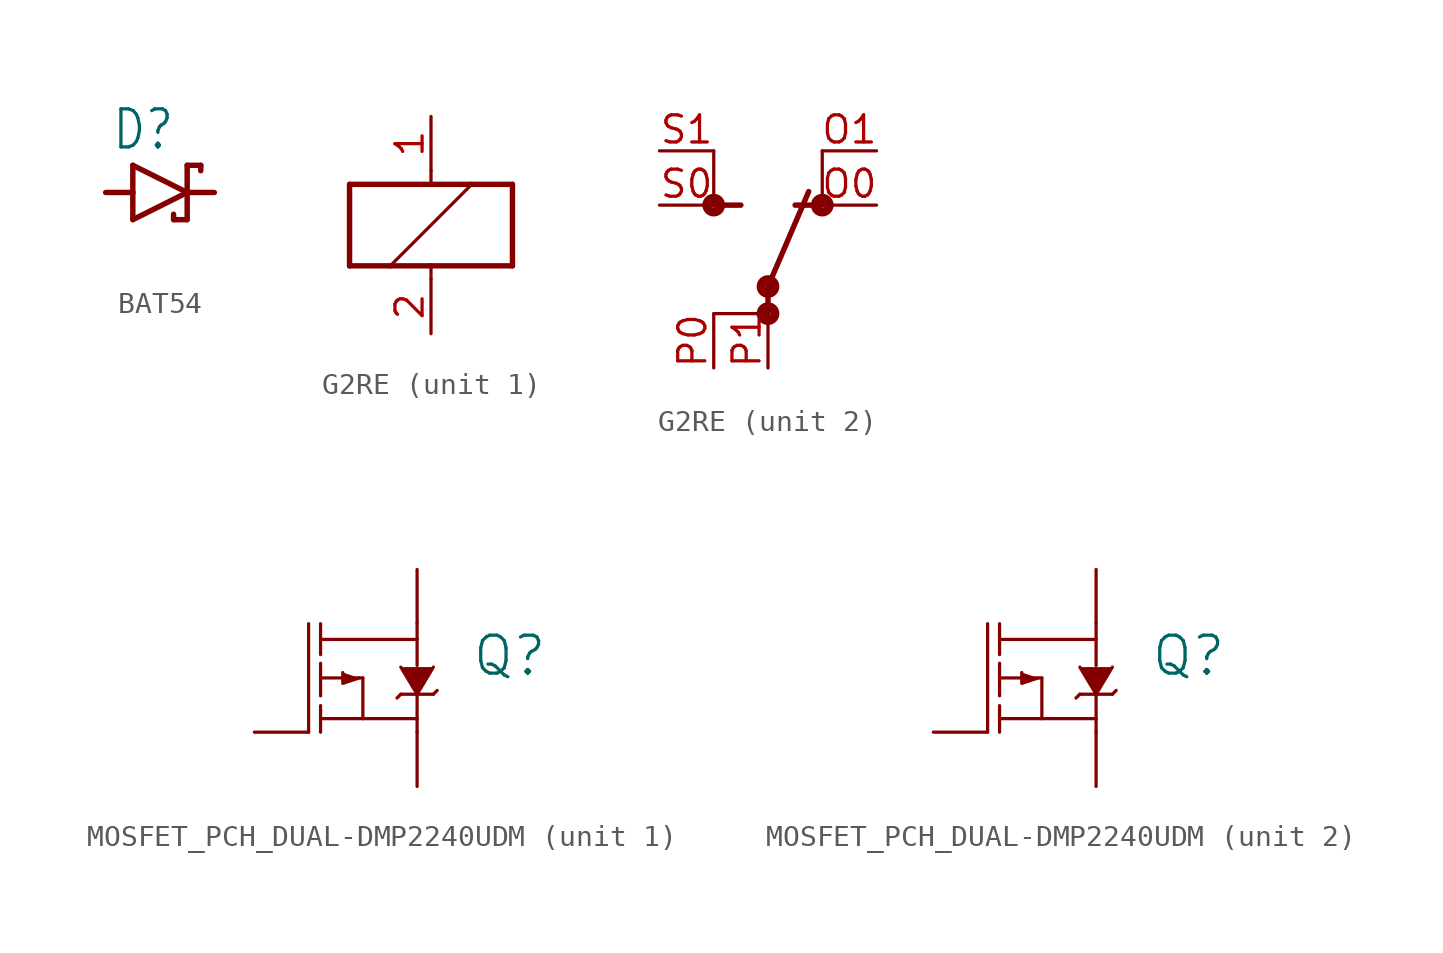
<source format=kicad_sym>
(kicad_symbol_lib
  (version 20231120)
  (generator "kicad_symbol_editor")
  (generator_version "8.0")
  (symbol "BAT54"
    (property "Reference" "D"
      (at -2.286 1.905 0)
      (effects (font (size 1.778 1.511)) (justify left bottom)))
    (property "Value" ""
      (at -2.286 -3.429 0)
      (effects (font (size 1.778 1.511)) (justify left bottom)))
    (property "ki_locked" ""
      (at 0 0 0)
      (effects (font (size 1.27 1.27))))
    (symbol "BAT54_1_0"
      (polyline (pts (xy -1.27 -1.27) (xy 1.27 0)) (stroke (width 0.254) (type solid)) (fill (type none)))
      (polyline (pts (xy -1.27 0) (xy -2.54 0)) (stroke (width 0.254) (type solid)) (fill (type none)))
      (polyline (pts (xy -1.27 0) (xy -1.27 -1.27)) (stroke (width 0.254) (type solid)) (fill (type none)))
      (polyline (pts (xy -1.27 1.27) (xy -1.27 0)) (stroke (width 0.254) (type solid)) (fill (type none)))
      (polyline (pts (xy 0.635 -1.016) (xy 0.635 -1.27)) (stroke (width 0.254) (type solid)) (fill (type none)))
      (polyline (pts (xy 1.27 -1.27) (xy 0.635 -1.27)) (stroke (width 0.254) (type solid)) (fill (type none)))
      (polyline (pts (xy 1.27 0) (xy -1.27 1.27)) (stroke (width 0.254) (type solid)) (fill (type none)))
      (polyline (pts (xy 1.27 0) (xy 1.27 -1.27)) (stroke (width 0.254) (type solid)) (fill (type none)))
      (polyline (pts (xy 1.27 0) (xy 2.54 0)) (stroke (width 0.254) (type solid)) (fill (type none)))
      (polyline (pts (xy 1.27 1.27) (xy 1.27 0)) (stroke (width 0.254) (type solid)) (fill (type none)))
      (polyline (pts (xy 1.905 1.27) (xy 1.27 1.27)) (stroke (width 0.254) (type solid)) (fill (type none)))
      (polyline (pts (xy 1.905 1.27) (xy 1.905 1.016)) (stroke (width 0.254) (type solid)) (fill (type none)))
      (pin passive line (at -2.54 0 0) (length 0) (name "A" (effects (font (size 0 0)))) (number "1" (effects (font (size 0 0)))))
      (pin passive line (at 2.54 0 180) (length 0) (name "C" (effects (font (size 0 0)))) (number "3" (effects (font (size 0 0)))))))
  (symbol "G2RE"
    (property "Reference" "K"
      (at 2.54 2.54 0)
      (effects (font (size 1.778 1.511)) (justify left bottom) (hide yes)))
    (property "ki_locked" ""
      (at 0 0 0)
      (effects (font (size 1.27 1.27))))
    (symbol "G2RE_1_0"
      (polyline (pts (xy -3.81 -1.905) (xy -1.905 -1.905)) (stroke (width 0.254) (type solid)) (fill (type none)))
      (polyline (pts (xy -3.81 1.905) (xy -3.81 -1.905)) (stroke (width 0.254) (type solid)) (fill (type none)))
      (polyline (pts (xy -1.905 -1.905) (xy 0 -1.905)) (stroke (width 0.254) (type solid)) (fill (type none)))
      (polyline (pts (xy -1.905 -1.905) (xy 1.905 1.905)) (stroke (width 0.152) (type solid)) (fill (type none)))
      (polyline (pts (xy 0 -2.54) (xy 0 -1.905)) (stroke (width 0.152) (type solid)) (fill (type none)))
      (polyline (pts (xy 0 -1.905) (xy 3.81 -1.905)) (stroke (width 0.254) (type solid)) (fill (type none)))
      (polyline (pts (xy 0 1.905) (xy -3.81 1.905)) (stroke (width 0.254) (type solid)) (fill (type none)))
      (polyline (pts (xy 0 2.54) (xy 0 1.905)) (stroke (width 0.152) (type solid)) (fill (type none)))
      (polyline (pts (xy 1.905 1.905) (xy 0 1.905)) (stroke (width 0.254) (type solid)) (fill (type none)))
      (polyline (pts (xy 3.81 -1.905) (xy 3.81 1.905)) (stroke (width 0.254) (type solid)) (fill (type none)))
      (polyline (pts (xy 3.81 1.905) (xy 1.905 1.905)) (stroke (width 0.254) (type solid)) (fill (type none)))
      (pin passive line (at 0 5.08 270) (length 2.54) (name "1" (effects (font (size 0 0)))) (number "1" (effects (font (size 1.27 1.27)))))
      (pin passive line (at 0 -5.08 90) (length 2.54) (name "2" (effects (font (size 0 0)))) (number "2" (effects (font (size 1.27 1.27))))))
    (symbol "G2RE_2_0"
      (circle (center -2.54 5.08) (radius 0.127) (stroke (width 0.406) (type solid)) (fill (type none)))
      (polyline (pts (xy -2.54 0) (xy 0 0)) (stroke (width 0.152) (type solid)) (fill (type none)))
      (polyline (pts (xy -2.54 5.08) (xy -1.27 5.08)) (stroke (width 0.254) (type solid)) (fill (type none)))
      (polyline (pts (xy -2.54 7.62) (xy -2.54 5.08)) (stroke (width 0.152) (type solid)) (fill (type none)))
      (polyline (pts (xy 0 0) (xy 0 1.27)) (stroke (width 0.254) (type solid)) (fill (type none)))
      (polyline (pts (xy 0 1.27) (xy 1.905 5.715)) (stroke (width 0.254) (type solid)) (fill (type none)))
      (polyline (pts (xy 2.54 5.08) (xy 1.27 5.08)) (stroke (width 0.254) (type solid)) (fill (type none)))
      (polyline (pts (xy 2.54 7.62) (xy 2.54 5.08)) (stroke (width 0.152) (type solid)) (fill (type none)))
      (circle (center 0 0) (radius 0.127) (stroke (width 0.406) (type solid)) (fill (type none)))
      (circle (center 0 1.27) (radius 0.127) (stroke (width 0.406) (type solid)) (fill (type none)))
      (circle (center 2.54 5.08) (radius 0.127) (stroke (width 0.406) (type solid)) (fill (type none)))
      (pin passive line (at 5.08 5.08 180) (length 2.54) (name "O" (effects (font (size 0 0)))) (number "O0" (effects (font (size 1.27 1.27)))))
      (pin passive line (at 5.08 7.62 180) (length 2.54) (name "O@1" (effects (font (size 0 0)))) (number "O1" (effects (font (size 1.27 1.27)))))
      (pin passive line (at -2.54 -2.54 90) (length 2.54) (name "P@1" (effects (font (size 0 0)))) (number "P0" (effects (font (size 1.27 1.27)))))
      (pin passive line (at 0 -2.54 90) (length 2.54) (name "P" (effects (font (size 0 0)))) (number "P1" (effects (font (size 1.27 1.27)))))
      (pin passive line (at -5.08 5.08 0) (length 2.54) (name "S" (effects (font (size 0 0)))) (number "S0" (effects (font (size 1.27 1.27)))))
      (pin passive line (at -5.08 7.62 0) (length 2.54) (name "S@1" (effects (font (size 0 0)))) (number "S1" (effects (font (size 1.27 1.27)))))))
  (symbol "MOSFET_PCH_DUAL-DMP2240UDM"
    (property "Reference" "Q"
      (at 5.08 0 0)
      (effects (font (size 1.778 1.778)) (justify left bottom)))
    (property "Value" ""
      (at 5.08 -2.54 0)
      (effects (font (size 1.778 1.778)) (justify left bottom)))
    (property "ki_locked" ""
      (at 0 0 0)
      (effects (font (size 1.27 1.27))))
    (symbol "MOSFET_PCH_DUAL-DMP2240UDM_1_0"
      (polyline (pts (xy -2.54 -2.54) (xy -2.54 2.54)) (stroke (width 0.152) (type solid)) (fill (type none)))
      (polyline (pts (xy -1.981 -1.905) (xy -1.981 -2.54)) (stroke (width 0.152) (type solid)) (fill (type none)))
      (polyline (pts (xy -1.981 -1.905) (xy 0 -1.905)) (stroke (width 0.152) (type solid)) (fill (type none)))
      (polyline (pts (xy -1.981 -1.295) (xy -1.981 -1.905)) (stroke (width 0.152) (type solid)) (fill (type none)))
      (polyline (pts (xy -1.981 0) (xy -1.981 -0.838)) (stroke (width 0.152) (type solid)) (fill (type none)))
      (polyline (pts (xy -1.981 0.686) (xy -1.981 0)) (stroke (width 0.152) (type solid)) (fill (type none)))
      (polyline (pts (xy -1.981 1.803) (xy -1.981 1.092)) (stroke (width 0.152) (type solid)) (fill (type none)))
      (polyline (pts (xy -1.981 1.803) (xy 2.54 1.803)) (stroke (width 0.152) (type solid)) (fill (type none)))
      (polyline (pts (xy -1.981 2.54) (xy -1.981 1.803)) (stroke (width 0.152) (type solid)) (fill (type none)))
      (polyline (pts (xy 0 -1.905) (xy 0 0)) (stroke (width 0.152) (type solid)) (fill (type none)))
      (polyline (pts (xy 0 0) (xy -1.981 0)) (stroke (width 0.152) (type solid)) (fill (type none)))
      (polyline (pts (xy 1.778 -0.762) (xy 1.6 -0.94)) (stroke (width 0.152) (type solid)) (fill (type none)))
      (polyline (pts (xy 1.778 -0.762) (xy 3.302 -0.762)) (stroke (width 0.152) (type solid)) (fill (type none)))
      (polyline (pts (xy 2.54 -2.54) (xy 2.54 -1.905)) (stroke (width 0.152) (type solid)) (fill (type none)))
      (polyline (pts (xy 2.54 -1.905) (xy 0 -1.905)) (stroke (width 0.152) (type solid)) (fill (type none)))
      (polyline (pts (xy 2.54 -1.905) (xy 2.54 -0.787)) (stroke (width 0.152) (type solid)) (fill (type none)))
      (polyline (pts (xy 2.54 1.803) (xy 2.54 0.584)) (stroke (width 0.152) (type solid)) (fill (type none)))
      (polyline (pts (xy 2.54 2.54) (xy 2.54 1.803)) (stroke (width 0.152) (type solid)) (fill (type none)))
      (polyline (pts (xy 3.48 -0.584) (xy 3.302 -0.762)) (stroke (width 0.152) (type solid)) (fill (type none)))
      (polyline (pts (xy -0.178 0) (xy -0.94 -0.254) (xy -0.94 0.254)) (stroke (width 0.152) (type solid)) (fill (type outline)))
      (polyline (pts (xy 3.302 0.508) (xy 2.54 -0.762) (xy 1.778 0.508)) (stroke (width 0.152) (type solid)) (fill (type outline)))
      (pin bidirectional line (at 2.54 5.08 270) (length 2.54) (name "D" (effects (font (size 0 0)))) (number "D1" (effects (font (size 0 0)))))
      (pin bidirectional line (at -5.08 -2.54 0) (length 2.54) (name "G" (effects (font (size 0 0)))) (number "G1" (effects (font (size 0 0)))))
      (pin bidirectional line (at 2.54 -5.08 90) (length 2.54) (name "S" (effects (font (size 0 0)))) (number "S1" (effects (font (size 0 0))))))
    (symbol "MOSFET_PCH_DUAL-DMP2240UDM_2_0"
      (polyline (pts (xy -2.54 -2.54) (xy -2.54 2.54)) (stroke (width 0.152) (type solid)) (fill (type none)))
      (polyline (pts (xy -1.981 -1.905) (xy -1.981 -2.54)) (stroke (width 0.152) (type solid)) (fill (type none)))
      (polyline (pts (xy -1.981 -1.905) (xy 0 -1.905)) (stroke (width 0.152) (type solid)) (fill (type none)))
      (polyline (pts (xy -1.981 -1.295) (xy -1.981 -1.905)) (stroke (width 0.152) (type solid)) (fill (type none)))
      (polyline (pts (xy -1.981 0) (xy -1.981 -0.838)) (stroke (width 0.152) (type solid)) (fill (type none)))
      (polyline (pts (xy -1.981 0.686) (xy -1.981 0)) (stroke (width 0.152) (type solid)) (fill (type none)))
      (polyline (pts (xy -1.981 1.803) (xy -1.981 1.092)) (stroke (width 0.152) (type solid)) (fill (type none)))
      (polyline (pts (xy -1.981 1.803) (xy 2.54 1.803)) (stroke (width 0.152) (type solid)) (fill (type none)))
      (polyline (pts (xy -1.981 2.54) (xy -1.981 1.803)) (stroke (width 0.152) (type solid)) (fill (type none)))
      (polyline (pts (xy 0 -1.905) (xy 0 0)) (stroke (width 0.152) (type solid)) (fill (type none)))
      (polyline (pts (xy 0 0) (xy -1.981 0)) (stroke (width 0.152) (type solid)) (fill (type none)))
      (polyline (pts (xy 1.778 -0.762) (xy 1.6 -0.94)) (stroke (width 0.152) (type solid)) (fill (type none)))
      (polyline (pts (xy 1.778 -0.762) (xy 3.302 -0.762)) (stroke (width 0.152) (type solid)) (fill (type none)))
      (polyline (pts (xy 2.54 -2.54) (xy 2.54 -1.905)) (stroke (width 0.152) (type solid)) (fill (type none)))
      (polyline (pts (xy 2.54 -1.905) (xy 0 -1.905)) (stroke (width 0.152) (type solid)) (fill (type none)))
      (polyline (pts (xy 2.54 -1.905) (xy 2.54 -0.787)) (stroke (width 0.152) (type solid)) (fill (type none)))
      (polyline (pts (xy 2.54 1.803) (xy 2.54 0.584)) (stroke (width 0.152) (type solid)) (fill (type none)))
      (polyline (pts (xy 2.54 2.54) (xy 2.54 1.803)) (stroke (width 0.152) (type solid)) (fill (type none)))
      (polyline (pts (xy 3.48 -0.584) (xy 3.302 -0.762)) (stroke (width 0.152) (type solid)) (fill (type none)))
      (polyline (pts (xy -0.178 0) (xy -0.94 -0.254) (xy -0.94 0.254)) (stroke (width 0.152) (type solid)) (fill (type outline)))
      (polyline (pts (xy 3.302 0.508) (xy 2.54 -0.762) (xy 1.778 0.508)) (stroke (width 0.152) (type solid)) (fill (type outline)))
      (pin bidirectional line (at 2.54 5.08 270) (length 2.54) (name "D" (effects (font (size 0 0)))) (number "D2" (effects (font (size 0 0)))))
      (pin bidirectional line (at -5.08 -2.54 0) (length 2.54) (name "G" (effects (font (size 0 0)))) (number "G2" (effects (font (size 0 0)))))
      (pin bidirectional line (at 2.54 -5.08 90) (length 2.54) (name "S" (effects (font (size 0 0)))) (number "S2" (effects (font (size 0 0))))))))
</source>
